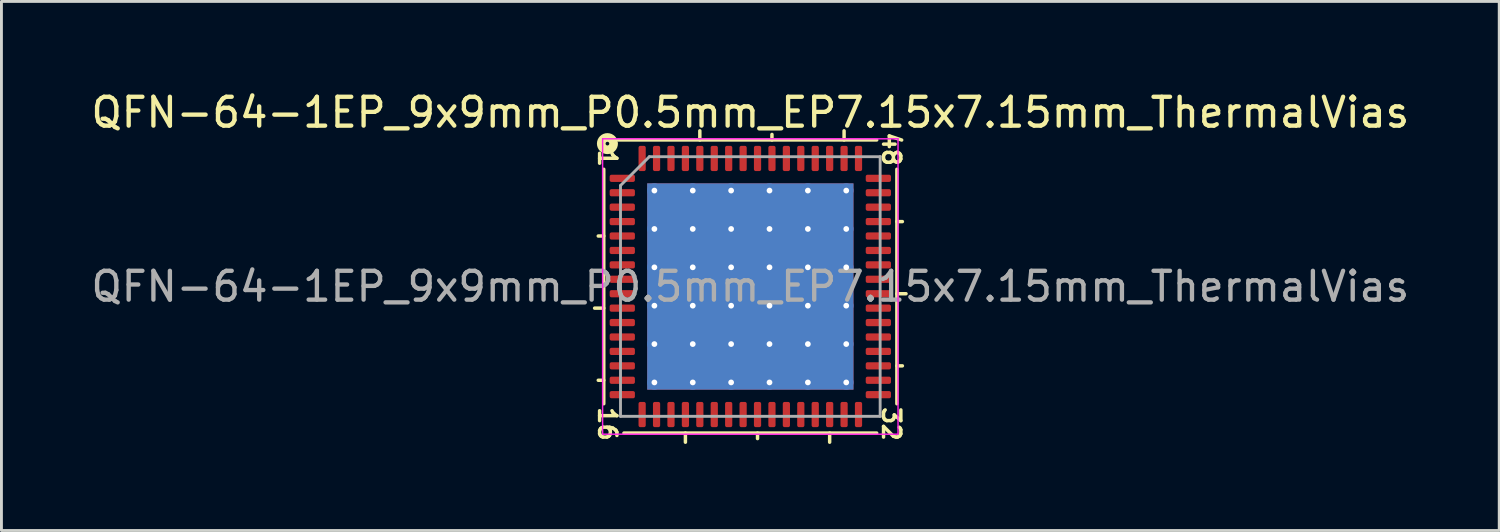
<source format=kicad_pcb>
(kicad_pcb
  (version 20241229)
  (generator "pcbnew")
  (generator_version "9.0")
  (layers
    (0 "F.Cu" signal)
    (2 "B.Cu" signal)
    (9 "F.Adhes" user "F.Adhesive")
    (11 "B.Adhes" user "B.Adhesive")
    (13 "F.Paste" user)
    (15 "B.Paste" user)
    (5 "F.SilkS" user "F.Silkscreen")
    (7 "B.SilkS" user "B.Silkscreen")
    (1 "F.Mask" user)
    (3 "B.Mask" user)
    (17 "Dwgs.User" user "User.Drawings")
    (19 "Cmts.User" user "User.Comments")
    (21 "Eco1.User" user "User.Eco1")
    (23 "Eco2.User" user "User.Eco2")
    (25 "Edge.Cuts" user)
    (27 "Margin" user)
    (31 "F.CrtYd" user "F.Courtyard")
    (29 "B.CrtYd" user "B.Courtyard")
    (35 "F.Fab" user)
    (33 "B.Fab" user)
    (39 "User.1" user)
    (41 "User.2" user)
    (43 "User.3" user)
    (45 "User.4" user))
  (footprint "QFN-64-1EP_9x9mm_P0.5mm_EP7.15x7.15mm_ThermalVias"
    (layer "F.Cu")
    (at 22.958 6.881)
    (property "Reference" "QFN-64-1EP_9x9mm_P0.5mm_EP7.15x7.15mm_ThermalVias" (at 0 -6.032 0) (layer "F.SilkS") (effects (font (size 1 1) (thickness 0.15))))
    (attr smd)
    (fp_line (start -5.08 -4.064) (end -5.08 4.064) (stroke (width 0.12) (type solid)) (layer "F.SilkS"))
    (fp_line (start -5.08 -1.75) (end -5.271 -1.75) (stroke (width 0.12) (type solid)) (layer "F.SilkS"))
    (fp_line (start -5.08 0.75) (end -5.397 0.75) (stroke (width 0.12) (type solid)) (layer "F.SilkS"))
    (fp_line (start -5.08 3.25) (end -5.271 3.25) (stroke (width 0.12) (type solid)) (layer "F.SilkS"))
    (fp_line (start -4.381 5.08) (end 4.381 5.08) (stroke (width 0.12) (type solid)) (layer "F.SilkS"))
    (fp_line (start -2.25 5.08) (end -2.25 5.397) (stroke (width 0.12) (type solid)) (layer "F.SilkS"))
    (fp_line (start -1.75 -5.08) (end -1.75 -5.397) (stroke (width 0.12) (type solid)) (layer "F.SilkS"))
    (fp_line (start 0.25 5.08) (end 0.25 5.271) (stroke (width 0.12) (type solid)) (layer "F.SilkS"))
    (fp_line (start 0.75 -5.08) (end 0.75 -5.271) (stroke (width 0.12) (type solid)) (layer "F.SilkS"))
    (fp_line (start 2.75 5.08) (end 2.75 5.397) (stroke (width 0.12) (type solid)) (layer "F.SilkS"))
    (fp_line (start 3.25 -5.08) (end 3.25 -5.397) (stroke (width 0.12) (type solid)) (layer "F.SilkS"))
    (fp_line (start 4.381 -5.08) (end -4.572 -5.08) (stroke (width 0.12) (type solid)) (layer "F.SilkS"))
    (fp_line (start 5.08 -2.25) (end 5.271 -2.25) (stroke (width 0.12) (type solid)) (layer "F.SilkS"))
    (fp_line (start 5.08 0.25) (end 5.397 0.25) (stroke (width 0.12) (type solid)) (layer "F.SilkS"))
    (fp_line (start 5.08 2.75) (end 5.271 2.75) (stroke (width 0.12) (type solid)) (layer "F.SilkS"))
    (fp_line (start 5.08 4.064) (end 5.08 -4.064) (stroke (width 0.12) (type solid)) (layer "F.SilkS"))
    (fp_circle (center -4.953 -4.953) (end -4.889 -4.953) (stroke (width 0.3) (type solid)) (fill no) (layer "F.SilkS"))
    (fp_line (start -5.12 -5.12) (end -5.12 5.12) (stroke (width 0.05) (type solid)) (layer "F.CrtYd"))
    (fp_line (start -5.12 5.12) (end 5.12 5.12) (stroke (width 0.05) (type solid)) (layer "F.CrtYd"))
    (fp_line (start 5.12 -5.12) (end -5.12 -5.12) (stroke (width 0.05) (type solid)) (layer "F.CrtYd"))
    (fp_line (start 5.12 5.12) (end 5.12 -5.12) (stroke (width 0.05) (type solid)) (layer "F.CrtYd"))
    (fp_line (start -4.5 -3.5) (end -3.5 -4.5) (stroke (width 0.1) (type solid)) (layer "F.Fab"))
    (fp_line (start -4.5 4.5) (end -4.5 -3.5) (stroke (width 0.1) (type solid)) (layer "F.Fab"))
    (fp_line (start -3.5 -4.5) (end 4.5 -4.5) (stroke (width 0.1) (type solid)) (layer "F.Fab"))
    (fp_line (start 4.5 -4.5) (end 4.5 4.5) (stroke (width 0.1) (type solid)) (layer "F.Fab"))
    (fp_line (start 4.5 4.5) (end -4.5 4.5) (stroke (width 0.1) (type solid)) (layer "F.Fab"))
    (fp_text user "1" (at -4.953 -4.445 270) (unlocked yes) (layer "F.SilkS") (effects (font (size 0.6 0.6) (thickness 0.12))))
    (fp_text user "48" (at 4.889 -4.763 270) (unlocked yes) (layer "F.SilkS") (effects (font (size 0.6 0.6) (thickness 0.12))))
    (fp_text user "16" (at -4.953 4.763 270) (unlocked yes) (layer "F.SilkS") (effects (font (size 0.6 0.6) (thickness 0.12))))
    (fp_text user "32" (at 4.889 4.763 270) (unlocked yes) (layer "F.SilkS") (effects (font (size 0.6 0.6) (thickness 0.12))))
    (fp_text user "${REFERENCE}" (at 0 0 0) (layer "F.Fab") (effects (font (size 1 1) (thickness 0.15))))
    (pad "" smd roundrect (at -2.66 -2.66) (size 1.153 1.153) (layers "F.Paste") (roundrect_rratio 0.217))
    (pad "" smd roundrect (at -2.66 -1.33) (size 1.153 1.153) (layers "F.Paste") (roundrect_rratio 0.217))
    (pad "" smd roundrect (at -2.66 0) (size 1.153 1.153) (layers "F.Paste") (roundrect_rratio 0.217))
    (pad "" smd roundrect (at -2.66 1.33) (size 1.153 1.153) (layers "F.Paste") (roundrect_rratio 0.217))
    (pad "" smd roundrect (at -2.66 2.66) (size 1.153 1.153) (layers "F.Paste") (roundrect_rratio 0.217))
    (pad "" smd roundrect (at -1.33 -2.66) (size 1.153 1.153) (layers "F.Paste") (roundrect_rratio 0.217))
    (pad "" smd roundrect (at -1.33 -1.33) (size 1.153 1.153) (layers "F.Paste") (roundrect_rratio 0.217))
    (pad "" smd roundrect (at -1.33 0) (size 1.153 1.153) (layers "F.Paste") (roundrect_rratio 0.217))
    (pad "" smd roundrect (at -1.33 1.33) (size 1.153 1.153) (layers "F.Paste") (roundrect_rratio 0.217))
    (pad "" smd roundrect (at -1.33 2.66) (size 1.153 1.153) (layers "F.Paste") (roundrect_rratio 0.217))
    (pad "" smd roundrect (at 0 -2.66) (size 1.153 1.153) (layers "F.Paste") (roundrect_rratio 0.217))
    (pad "" smd roundrect (at 0 -1.33) (size 1.153 1.153) (layers "F.Paste") (roundrect_rratio 0.217))
    (pad "" smd roundrect (at 0 0) (size 1.153 1.153) (layers "F.Paste") (roundrect_rratio 0.217))
    (pad "" smd roundrect (at 0 1.33) (size 1.153 1.153) (layers "F.Paste") (roundrect_rratio 0.217))
    (pad "" smd roundrect (at 0 2.66) (size 1.153 1.153) (layers "F.Paste") (roundrect_rratio 0.217))
    (pad "" smd roundrect (at 1.33 -2.66) (size 1.153 1.153) (layers "F.Paste") (roundrect_rratio 0.217))
    (pad "" smd roundrect (at 1.33 -1.33) (size 1.153 1.153) (layers "F.Paste") (roundrect_rratio 0.217))
    (pad "" smd roundrect (at 1.33 0) (size 1.153 1.153) (layers "F.Paste") (roundrect_rratio 0.217))
    (pad "" smd roundrect (at 1.33 1.33) (size 1.153 1.153) (layers "F.Paste") (roundrect_rratio 0.217))
    (pad "" smd roundrect (at 1.33 2.66) (size 1.153 1.153) (layers "F.Paste") (roundrect_rratio 0.217))
    (pad "" smd roundrect (at 2.66 -2.66) (size 1.153 1.153) (layers "F.Paste") (roundrect_rratio 0.217))
    (pad "" smd roundrect (at 2.66 -1.33) (size 1.153 1.153) (layers "F.Paste") (roundrect_rratio 0.217))
    (pad "" smd roundrect (at 2.66 0) (size 1.153 1.153) (layers "F.Paste") (roundrect_rratio 0.217))
    (pad "" smd roundrect (at 2.66 1.33) (size 1.153 1.153) (layers "F.Paste") (roundrect_rratio 0.217))
    (pad "" smd roundrect (at 2.66 2.66) (size 1.153 1.153) (layers "F.Paste") (roundrect_rratio 0.217))
    (pad "1" smd roundrect (at -4.438 -3.75) (size 0.875 0.25) (layers "F.Cu" "F.Mask" "F.Paste") (roundrect_rratio 0.25))
    (pad "2" smd roundrect (at -4.438 -3.25) (size 0.875 0.25) (layers "F.Cu" "F.Mask" "F.Paste") (roundrect_rratio 0.25))
    (pad "3" smd roundrect (at -4.438 -2.75) (size 0.875 0.25) (layers "F.Cu" "F.Mask" "F.Paste") (roundrect_rratio 0.25))
    (pad "4" smd roundrect (at -4.438 -2.25) (size 0.875 0.25) (layers "F.Cu" "F.Mask" "F.Paste") (roundrect_rratio 0.25))
    (pad "5" smd roundrect (at -4.438 -1.75) (size 0.875 0.25) (layers "F.Cu" "F.Mask" "F.Paste") (roundrect_rratio 0.25))
    (pad "6" smd roundrect (at -4.438 -1.25) (size 0.875 0.25) (layers "F.Cu" "F.Mask" "F.Paste") (roundrect_rratio 0.25))
    (pad "7" smd roundrect (at -4.438 -0.75) (size 0.875 0.25) (layers "F.Cu" "F.Mask" "F.Paste") (roundrect_rratio 0.25))
    (pad "8" smd roundrect (at -4.438 -0.25) (size 0.875 0.25) (layers "F.Cu" "F.Mask" "F.Paste") (roundrect_rratio 0.25))
    (pad "9" smd roundrect (at -4.438 0.25) (size 0.875 0.25) (layers "F.Cu" "F.Mask" "F.Paste") (roundrect_rratio 0.25))
    (pad "10" smd roundrect (at -4.438 0.75) (size 0.875 0.25) (layers "F.Cu" "F.Mask" "F.Paste") (roundrect_rratio 0.25))
    (pad "11" smd roundrect (at -4.438 1.25) (size 0.875 0.25) (layers "F.Cu" "F.Mask" "F.Paste") (roundrect_rratio 0.25))
    (pad "12" smd roundrect (at -4.438 1.75) (size 0.875 0.25) (layers "F.Cu" "F.Mask" "F.Paste") (roundrect_rratio 0.25))
    (pad "13" smd roundrect (at -4.438 2.25) (size 0.875 0.25) (layers "F.Cu" "F.Mask" "F.Paste") (roundrect_rratio 0.25))
    (pad "14" smd roundrect (at -4.438 2.75) (size 0.875 0.25) (layers "F.Cu" "F.Mask" "F.Paste") (roundrect_rratio 0.25))
    (pad "15" smd roundrect (at -4.438 3.25) (size 0.875 0.25) (layers "F.Cu" "F.Mask" "F.Paste") (roundrect_rratio 0.25))
    (pad "16" smd roundrect (at -4.438 3.75) (size 0.875 0.25) (layers "F.Cu" "F.Mask" "F.Paste") (roundrect_rratio 0.25))
    (pad "17" smd roundrect (at -3.75 4.438) (size 0.25 0.875) (layers "F.Cu" "F.Mask" "F.Paste") (roundrect_rratio 0.25))
    (pad "18" smd roundrect (at -3.25 4.438) (size 0.25 0.875) (layers "F.Cu" "F.Mask" "F.Paste") (roundrect_rratio 0.25))
    (pad "19" smd roundrect (at -2.75 4.438) (size 0.25 0.875) (layers "F.Cu" "F.Mask" "F.Paste") (roundrect_rratio 0.25))
    (pad "20" smd roundrect (at -2.25 4.438) (size 0.25 0.875) (layers "F.Cu" "F.Mask" "F.Paste") (roundrect_rratio 0.25))
    (pad "21" smd roundrect (at -1.75 4.438) (size 0.25 0.875) (layers "F.Cu" "F.Mask" "F.Paste") (roundrect_rratio 0.25))
    (pad "22" smd roundrect (at -1.25 4.438) (size 0.25 0.875) (layers "F.Cu" "F.Mask" "F.Paste") (roundrect_rratio 0.25))
    (pad "23" smd roundrect (at -0.75 4.438) (size 0.25 0.875) (layers "F.Cu" "F.Mask" "F.Paste") (roundrect_rratio 0.25))
    (pad "24" smd roundrect (at -0.25 4.438) (size 0.25 0.875) (layers "F.Cu" "F.Mask" "F.Paste") (roundrect_rratio 0.25))
    (pad "25" smd roundrect (at 0.25 4.438) (size 0.25 0.875) (layers "F.Cu" "F.Mask" "F.Paste") (roundrect_rratio 0.25))
    (pad "26" smd roundrect (at 0.75 4.438) (size 0.25 0.875) (layers "F.Cu" "F.Mask" "F.Paste") (roundrect_rratio 0.25))
    (pad "27" smd roundrect (at 1.25 4.438) (size 0.25 0.875) (layers "F.Cu" "F.Mask" "F.Paste") (roundrect_rratio 0.25))
    (pad "28" smd roundrect (at 1.75 4.438) (size 0.25 0.875) (layers "F.Cu" "F.Mask" "F.Paste") (roundrect_rratio 0.25))
    (pad "29" smd roundrect (at 2.25 4.438) (size 0.25 0.875) (layers "F.Cu" "F.Mask" "F.Paste") (roundrect_rratio 0.25))
    (pad "30" smd roundrect (at 2.75 4.438) (size 0.25 0.875) (layers "F.Cu" "F.Mask" "F.Paste") (roundrect_rratio 0.25))
    (pad "31" smd roundrect (at 3.25 4.438) (size 0.25 0.875) (layers "F.Cu" "F.Mask" "F.Paste") (roundrect_rratio 0.25))
    (pad "32" smd roundrect (at 3.75 4.438) (size 0.25 0.875) (layers "F.Cu" "F.Mask" "F.Paste") (roundrect_rratio 0.25))
    (pad "33" smd roundrect (at 4.438 3.75) (size 0.875 0.25) (layers "F.Cu" "F.Mask" "F.Paste") (roundrect_rratio 0.25))
    (pad "34" smd roundrect (at 4.438 3.25) (size 0.875 0.25) (layers "F.Cu" "F.Mask" "F.Paste") (roundrect_rratio 0.25))
    (pad "35" smd roundrect (at 4.438 2.75) (size 0.875 0.25) (layers "F.Cu" "F.Mask" "F.Paste") (roundrect_rratio 0.25))
    (pad "36" smd roundrect (at 4.438 2.25) (size 0.875 0.25) (layers "F.Cu" "F.Mask" "F.Paste") (roundrect_rratio 0.25))
    (pad "37" smd roundrect (at 4.438 1.75) (size 0.875 0.25) (layers "F.Cu" "F.Mask" "F.Paste") (roundrect_rratio 0.25))
    (pad "38" smd roundrect (at 4.438 1.25) (size 0.875 0.25) (layers "F.Cu" "F.Mask" "F.Paste") (roundrect_rratio 0.25))
    (pad "39" smd roundrect (at 4.438 0.75) (size 0.875 0.25) (layers "F.Cu" "F.Mask" "F.Paste") (roundrect_rratio 0.25))
    (pad "40" smd roundrect (at 4.438 0.25) (size 0.875 0.25) (layers "F.Cu" "F.Mask" "F.Paste") (roundrect_rratio 0.25))
    (pad "41" smd roundrect (at 4.438 -0.25) (size 0.875 0.25) (layers "F.Cu" "F.Mask" "F.Paste") (roundrect_rratio 0.25))
    (pad "42" smd roundrect (at 4.438 -0.75) (size 0.875 0.25) (layers "F.Cu" "F.Mask" "F.Paste") (roundrect_rratio 0.25))
    (pad "43" smd roundrect (at 4.438 -1.25) (size 0.875 0.25) (layers "F.Cu" "F.Mask" "F.Paste") (roundrect_rratio 0.25))
    (pad "44" smd roundrect (at 4.438 -1.75) (size 0.875 0.25) (layers "F.Cu" "F.Mask" "F.Paste") (roundrect_rratio 0.25))
    (pad "45" smd roundrect (at 4.438 -2.25) (size 0.875 0.25) (layers "F.Cu" "F.Mask" "F.Paste") (roundrect_rratio 0.25))
    (pad "46" smd roundrect (at 4.438 -2.75) (size 0.875 0.25) (layers "F.Cu" "F.Mask" "F.Paste") (roundrect_rratio 0.25))
    (pad "47" smd roundrect (at 4.438 -3.25) (size 0.875 0.25) (layers "F.Cu" "F.Mask" "F.Paste") (roundrect_rratio 0.25))
    (pad "48" smd roundrect (at 4.438 -3.75) (size 0.875 0.25) (layers "F.Cu" "F.Mask" "F.Paste") (roundrect_rratio 0.25))
    (pad "49" smd roundrect (at 3.75 -4.438) (size 0.25 0.875) (layers "F.Cu" "F.Mask" "F.Paste") (roundrect_rratio 0.25))
    (pad "50" smd roundrect (at 3.25 -4.438) (size 0.25 0.875) (layers "F.Cu" "F.Mask" "F.Paste") (roundrect_rratio 0.25))
    (pad "51" smd roundrect (at 2.75 -4.438) (size 0.25 0.875) (layers "F.Cu" "F.Mask" "F.Paste") (roundrect_rratio 0.25))
    (pad "52" smd roundrect (at 2.25 -4.438) (size 0.25 0.875) (layers "F.Cu" "F.Mask" "F.Paste") (roundrect_rratio 0.25))
    (pad "53" smd roundrect (at 1.75 -4.438) (size 0.25 0.875) (layers "F.Cu" "F.Mask" "F.Paste") (roundrect_rratio 0.25))
    (pad "54" smd roundrect (at 1.25 -4.438) (size 0.25 0.875) (layers "F.Cu" "F.Mask" "F.Paste") (roundrect_rratio 0.25))
    (pad "55" smd roundrect (at 0.75 -4.438) (size 0.25 0.875) (layers "F.Cu" "F.Mask" "F.Paste") (roundrect_rratio 0.25))
    (pad "56" smd roundrect (at 0.25 -4.438) (size 0.25 0.875) (layers "F.Cu" "F.Mask" "F.Paste") (roundrect_rratio 0.25))
    (pad "57" smd roundrect (at -0.25 -4.438) (size 0.25 0.875) (layers "F.Cu" "F.Mask" "F.Paste") (roundrect_rratio 0.25))
    (pad "58" smd roundrect (at -0.75 -4.438) (size 0.25 0.875) (layers "F.Cu" "F.Mask" "F.Paste") (roundrect_rratio 0.25))
    (pad "59" smd roundrect (at -1.25 -4.438) (size 0.25 0.875) (layers "F.Cu" "F.Mask" "F.Paste") (roundrect_rratio 0.25))
    (pad "60" smd roundrect (at -1.75 -4.438) (size 0.25 0.875) (layers "F.Cu" "F.Mask" "F.Paste") (roundrect_rratio 0.25))
    (pad "61" smd roundrect (at -2.25 -4.438) (size 0.25 0.875) (layers "F.Cu" "F.Mask" "F.Paste") (roundrect_rratio 0.25))
    (pad "62" smd roundrect (at -2.75 -4.438) (size 0.25 0.875) (layers "F.Cu" "F.Mask" "F.Paste") (roundrect_rratio 0.25))
    (pad "63" smd roundrect (at -3.25 -4.438) (size 0.25 0.875) (layers "F.Cu" "F.Mask" "F.Paste") (roundrect_rratio 0.25))
    (pad "64" smd roundrect (at -3.75 -4.438) (size 0.25 0.875) (layers "F.Cu" "F.Mask" "F.Paste") (roundrect_rratio 0.25))
    (pad "65" thru_hole circle (at -3.325 -3.325) (size 0.5 0.5) (drill 0.2) (layers "*.Cu"))
    (pad "65" thru_hole circle (at -3.325 -1.995) (size 0.5 0.5) (drill 0.2) (layers "*.Cu"))
    (pad "65" thru_hole circle (at -3.325 -0.665) (size 0.5 0.5) (drill 0.2) (layers "*.Cu"))
    (pad "65" thru_hole circle (at -3.325 0.665) (size 0.5 0.5) (drill 0.2) (layers "*.Cu"))
    (pad "65" thru_hole circle (at -3.325 1.995) (size 0.5 0.5) (drill 0.2) (layers "*.Cu"))
    (pad "65" thru_hole circle (at -3.325 3.325) (size 0.5 0.5) (drill 0.2) (layers "*.Cu"))
    (pad "65" thru_hole circle (at -1.995 -3.325) (size 0.5 0.5) (drill 0.2) (layers "*.Cu"))
    (pad "65" thru_hole circle (at -1.995 -1.995) (size 0.5 0.5) (drill 0.2) (layers "*.Cu"))
    (pad "65" thru_hole circle (at -1.995 -0.665) (size 0.5 0.5) (drill 0.2) (layers "*.Cu"))
    (pad "65" thru_hole circle (at -1.995 0.665) (size 0.5 0.5) (drill 0.2) (layers "*.Cu"))
    (pad "65" thru_hole circle (at -1.995 1.995) (size 0.5 0.5) (drill 0.2) (layers "*.Cu"))
    (pad "65" thru_hole circle (at -1.995 3.325) (size 0.5 0.5) (drill 0.2) (layers "*.Cu"))
    (pad "65" thru_hole circle (at -0.665 -3.325) (size 0.5 0.5) (drill 0.2) (layers "*.Cu"))
    (pad "65" thru_hole circle (at -0.665 -1.995) (size 0.5 0.5) (drill 0.2) (layers "*.Cu"))
    (pad "65" thru_hole circle (at -0.665 -0.665) (size 0.5 0.5) (drill 0.2) (layers "*.Cu"))
    (pad "65" thru_hole circle (at -0.665 0.665) (size 0.5 0.5) (drill 0.2) (layers "*.Cu"))
    (pad "65" thru_hole circle (at -0.665 1.995) (size 0.5 0.5) (drill 0.2) (layers "*.Cu"))
    (pad "65" thru_hole circle (at -0.665 3.325) (size 0.5 0.5) (drill 0.2) (layers "*.Cu"))
    (pad "65" smd rect (at 0 0) (size 7.15 7.15) (layers "F.Cu" "F.Mask"))
    (pad "65" smd rect (at 0 0) (size 7.15 7.15) (layers "B.Cu" "B.Mask"))
    (pad "65" thru_hole circle (at 0.665 -3.325) (size 0.5 0.5) (drill 0.2) (layers "*.Cu"))
    (pad "65" thru_hole circle (at 0.665 -1.995) (size 0.5 0.5) (drill 0.2) (layers "*.Cu"))
    (pad "65" thru_hole circle (at 0.665 -0.665) (size 0.5 0.5) (drill 0.2) (layers "*.Cu"))
    (pad "65" thru_hole circle (at 0.665 0.665) (size 0.5 0.5) (drill 0.2) (layers "*.Cu"))
    (pad "65" thru_hole circle (at 0.665 1.995) (size 0.5 0.5) (drill 0.2) (layers "*.Cu"))
    (pad "65" thru_hole circle (at 0.665 3.325) (size 0.5 0.5) (drill 0.2) (layers "*.Cu"))
    (pad "65" thru_hole circle (at 1.995 -3.325) (size 0.5 0.5) (drill 0.2) (layers "*.Cu"))
    (pad "65" thru_hole circle (at 1.995 -1.995) (size 0.5 0.5) (drill 0.2) (layers "*.Cu"))
    (pad "65" thru_hole circle (at 1.995 -0.665) (size 0.5 0.5) (drill 0.2) (layers "*.Cu"))
    (pad "65" thru_hole circle (at 1.995 0.665) (size 0.5 0.5) (drill 0.2) (layers "*.Cu"))
    (pad "65" thru_hole circle (at 1.995 1.995) (size 0.5 0.5) (drill 0.2) (layers "*.Cu"))
    (pad "65" thru_hole circle (at 1.995 3.325) (size 0.5 0.5) (drill 0.2) (layers "*.Cu"))
    (pad "65" thru_hole circle (at 3.325 -3.325) (size 0.5 0.5) (drill 0.2) (layers "*.Cu"))
    (pad "65" thru_hole circle (at 3.325 -1.995) (size 0.5 0.5) (drill 0.2) (layers "*.Cu"))
    (pad "65" thru_hole circle (at 3.325 -0.665) (size 0.5 0.5) (drill 0.2) (layers "*.Cu"))
    (pad "65" thru_hole circle (at 3.325 0.665) (size 0.5 0.5) (drill 0.2) (layers "*.Cu"))
    (pad "65" thru_hole circle (at 3.325 1.995) (size 0.5 0.5) (drill 0.2) (layers "*.Cu"))
    (pad "65" thru_hole circle (at 3.325 3.325) (size 0.5 0.5) (drill 0.2) (layers "*.Cu")))
  (gr_rect
    (start -3 -3)
    (end 48.917 15.338)
    (stroke (width 0.1) (type default))
    (fill no)
    (layer "Edge.Cuts")))
</source>
